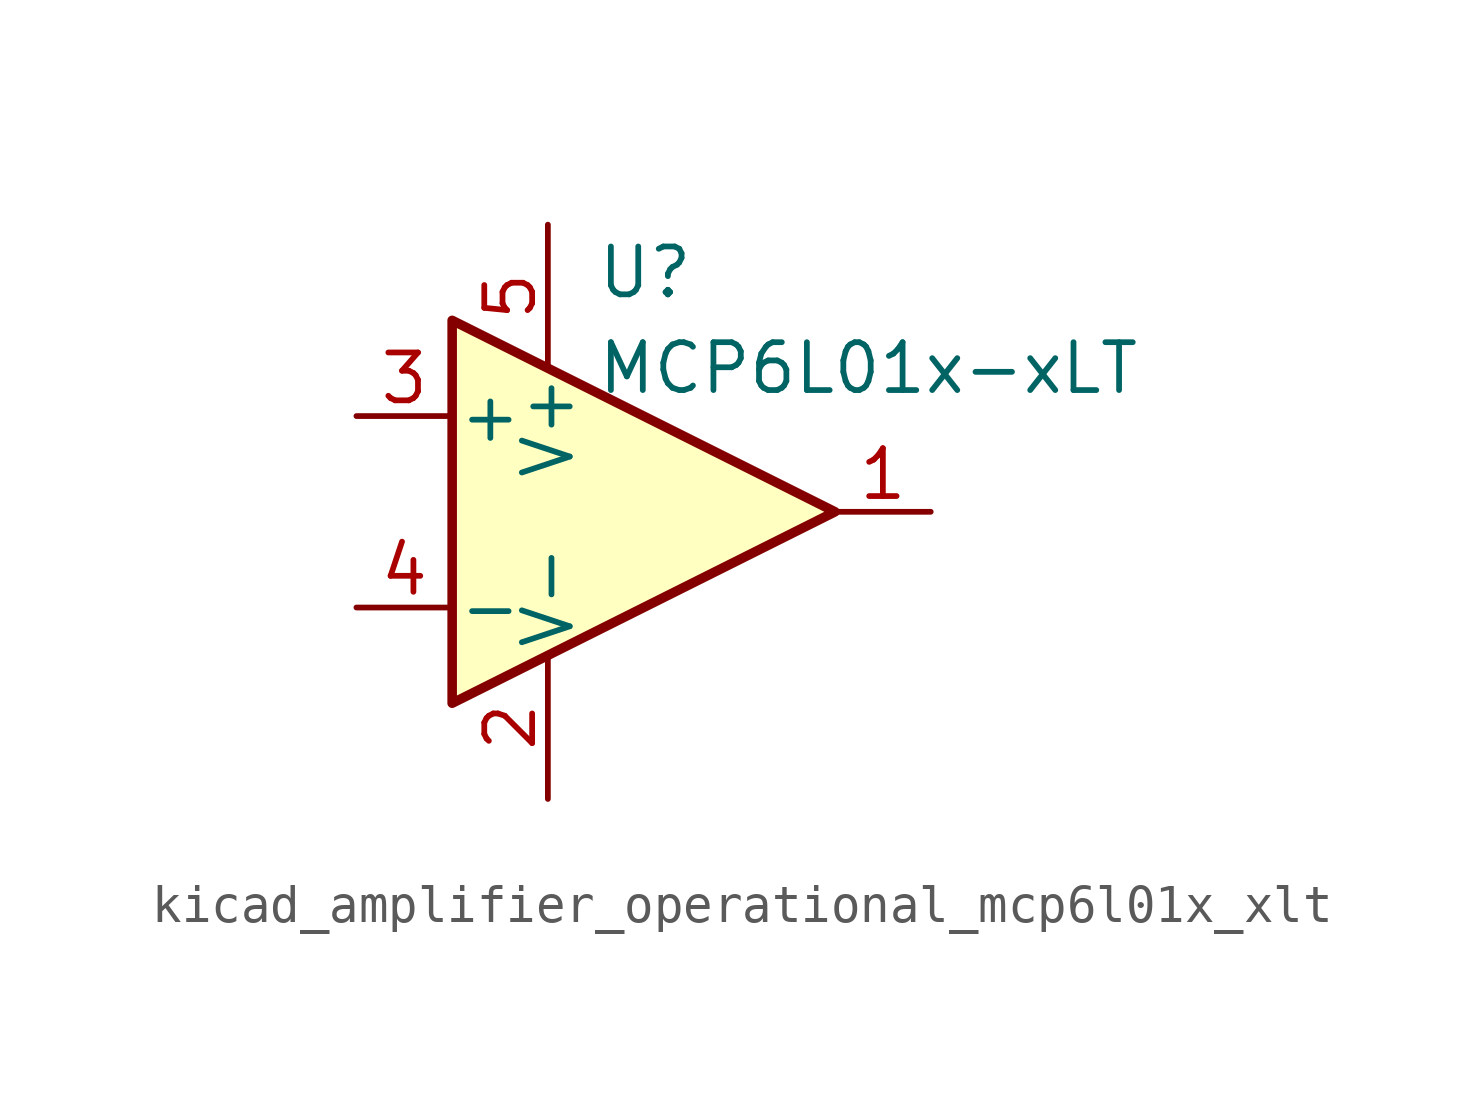
<source format=kicad_sym>
(kicad_symbol_lib
  (version 20220914)
  (generator kicad_symbol_editor)
  (symbol "kicad_amplifier_operational_mcp6l01x_xlt"
    (pin_names
      (offset 0.127))
    (property "Reference" "U"
      (at -1.27 6.35 0)
      (effects (font (size 1.27 1.27)) (justify left)))
    (property "Value" "MCP6L01x-xLT"
      (at -1.27 3.81 0)
      (effects (font (size 1.27 1.27)) (justify left)))
    (symbol "kicad_amplifier_operational_mcp6l01x_xlt_0_1"
      (polyline (pts (xy -5.08 5.08) (xy 5.08 0) (xy -5.08 -5.08) (xy -5.08 5.08)) (stroke (width 0.254) (type default)) (fill (type background)))
      (pin power_in line (at -2.54 -7.62 90) (length 3.81) (name "V-" (effects (font (size 1.27 1.27)))) (number "2" (effects (font (size 1.27 1.27)))))
      (pin power_in line (at -2.54 7.62 270) (length 3.81) (name "V+" (effects (font (size 1.27 1.27)))) (number "5" (effects (font (size 1.27 1.27))))))
    (symbol "kicad_amplifier_operational_mcp6l01x_xlt_1_1"
      (pin output line (at 7.62 0 180) (length 2.54) (name "~" (effects (font (size 1.27 1.27)))) (number "1" (effects (font (size 1.27 1.27)))))
      (pin input line (at -7.62 2.54 0) (length 2.54) (name "+" (effects (font (size 1.27 1.27)))) (number "3" (effects (font (size 1.27 1.27)))))
      (pin input line (at -7.62 -2.54 0) (length 2.54) (name "-" (effects (font (size 1.27 1.27)))) (number "4" (effects (font (size 1.27 1.27))))))))
</source>
